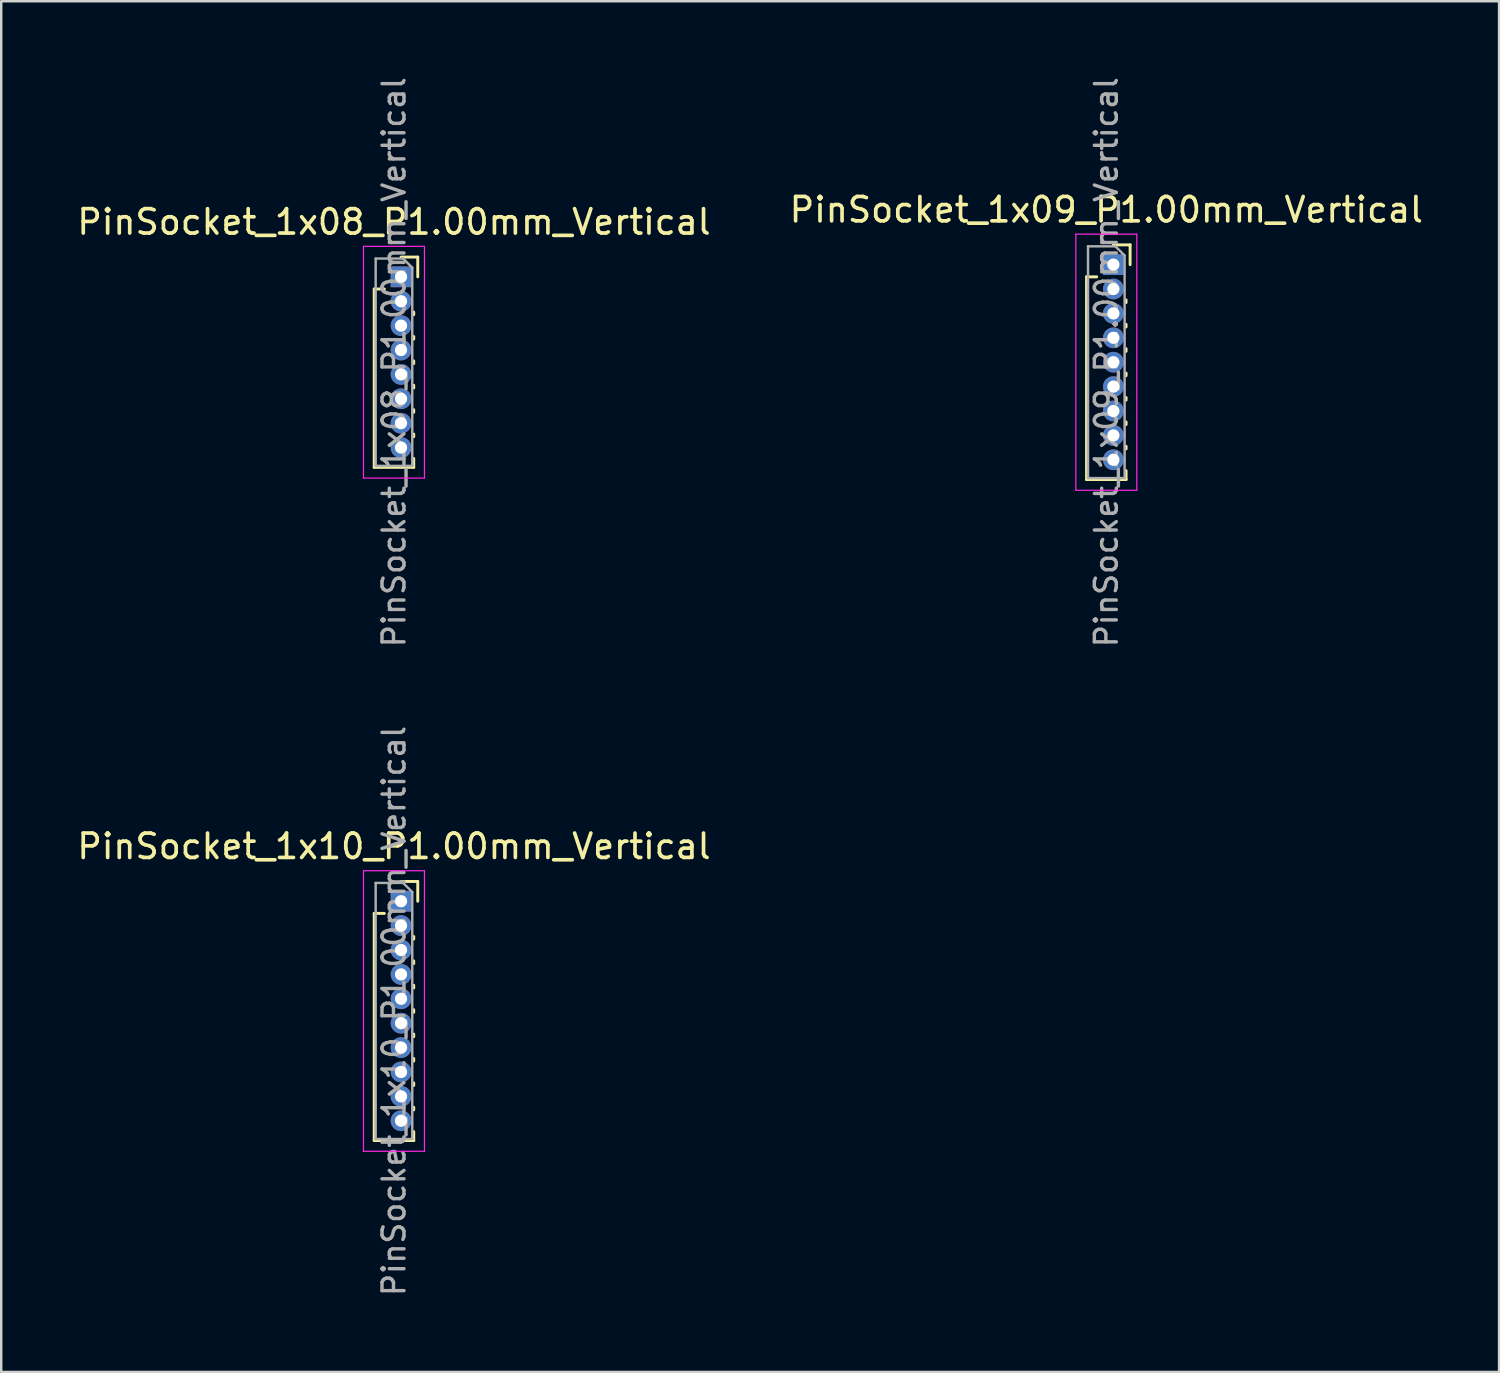
<source format=kicad_pcb>
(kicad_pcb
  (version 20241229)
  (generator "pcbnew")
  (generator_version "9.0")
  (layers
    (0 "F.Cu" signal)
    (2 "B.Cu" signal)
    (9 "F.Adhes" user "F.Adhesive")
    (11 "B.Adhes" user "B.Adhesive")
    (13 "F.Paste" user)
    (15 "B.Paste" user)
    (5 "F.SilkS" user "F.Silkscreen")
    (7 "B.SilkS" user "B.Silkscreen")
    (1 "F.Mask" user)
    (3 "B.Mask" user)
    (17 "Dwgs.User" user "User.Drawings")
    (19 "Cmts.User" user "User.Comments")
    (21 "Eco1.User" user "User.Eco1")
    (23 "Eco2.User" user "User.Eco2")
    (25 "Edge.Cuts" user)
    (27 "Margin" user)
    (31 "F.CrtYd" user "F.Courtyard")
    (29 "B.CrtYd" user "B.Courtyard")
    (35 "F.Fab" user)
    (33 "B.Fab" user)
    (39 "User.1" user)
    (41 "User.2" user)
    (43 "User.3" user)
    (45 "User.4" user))
  (footprint "PinSocket_1x09_P1.00mm_Vertical"
    (layer "F.Cu")
    (at 42.594 7.799)
    (property "Reference" "PinSocket_1x09_P1.00mm_Vertical" (at -0.29 -2.25 0) (layer "F.SilkS") (effects (font (size 1 1) (thickness 0.15))))
    (attr through_hole)
    (fp_line (start -1.1 0.5) (end -1.1 8.81) (stroke (width 0.12) (type solid)) (layer "F.SilkS"))
    (fp_line (start -1.1 0.5) (end -0.685 0.5) (stroke (width 0.12) (type solid)) (layer "F.SilkS"))
    (fp_line (start -1.1 8.81) (end 0.52 8.81) (stroke (width 0.12) (type solid)) (layer "F.SilkS"))
    (fp_line (start 0 -0.81) (end 0.685 -0.81) (stroke (width 0.12) (type solid)) (layer "F.SilkS"))
    (fp_line (start 0.52 1.446) (end 0.52 1.554) (stroke (width 0.12) (type solid)) (layer "F.SilkS"))
    (fp_line (start 0.52 2.446) (end 0.52 2.554) (stroke (width 0.12) (type solid)) (layer "F.SilkS"))
    (fp_line (start 0.52 3.446) (end 0.52 3.554) (stroke (width 0.12) (type solid)) (layer "F.SilkS"))
    (fp_line (start 0.52 4.446) (end 0.52 4.554) (stroke (width 0.12) (type solid)) (layer "F.SilkS"))
    (fp_line (start 0.52 5.446) (end 0.52 5.554) (stroke (width 0.12) (type solid)) (layer "F.SilkS"))
    (fp_line (start 0.52 6.446) (end 0.52 6.554) (stroke (width 0.12) (type solid)) (layer "F.SilkS"))
    (fp_line (start 0.52 7.446) (end 0.52 7.554) (stroke (width 0.12) (type solid)) (layer "F.SilkS"))
    (fp_line (start 0.52 8.446) (end 0.52 8.81) (stroke (width 0.12) (type solid)) (layer "F.SilkS"))
    (fp_line (start 0.685 -0.81) (end 0.685 0) (stroke (width 0.12) (type solid)) (layer "F.SilkS"))
    (fp_line (start -1.54 -1.25) (end 0.96 -1.25) (stroke (width 0.05) (type solid)) (layer "F.CrtYd"))
    (fp_line (start -1.54 9.25) (end -1.54 -1.25) (stroke (width 0.05) (type solid)) (layer "F.CrtYd"))
    (fp_line (start 0.96 -1.25) (end 0.96 9.25) (stroke (width 0.05) (type solid)) (layer "F.CrtYd"))
    (fp_line (start 0.96 9.25) (end -1.54 9.25) (stroke (width 0.05) (type solid)) (layer "F.CrtYd"))
    (fp_line (start -1.04 -0.75) (end 0.085 -0.75) (stroke (width 0.1) (type solid)) (layer "F.Fab"))
    (fp_line (start -1.04 8.75) (end -1.04 -0.75) (stroke (width 0.1) (type solid)) (layer "F.Fab"))
    (fp_line (start 0.085 -0.75) (end 0.46 -0.375) (stroke (width 0.1) (type solid)) (layer "F.Fab"))
    (fp_line (start 0.46 -0.375) (end 0.46 8.75) (stroke (width 0.1) (type solid)) (layer "F.Fab"))
    (fp_line (start 0.46 8.75) (end -1.04 8.75) (stroke (width 0.1) (type solid)) (layer "F.Fab"))
    (fp_text user "${REFERENCE}" (at -0.29 4 90) (layer "F.Fab") (effects (font (size 0.9 0.9) (thickness 0.14))))
    (pad "1" thru_hole rect (at 0 0) (size 0.85 0.85) (drill 0.5) (layers "*.Cu" "*.Mask"))
    (pad "2" thru_hole circle (at 0 1) (size 0.85 0.85) (drill 0.5) (layers "*.Cu" "*.Mask"))
    (pad "3" thru_hole circle (at 0 2) (size 0.85 0.85) (drill 0.5) (layers "*.Cu" "*.Mask"))
    (pad "4" thru_hole circle (at 0 3) (size 0.85 0.85) (drill 0.5) (layers "*.Cu" "*.Mask"))
    (pad "5" thru_hole circle (at 0 4) (size 0.85 0.85) (drill 0.5) (layers "*.Cu" "*.Mask"))
    (pad "6" thru_hole circle (at 0 5) (size 0.85 0.85) (drill 0.5) (layers "*.Cu" "*.Mask"))
    (pad "7" thru_hole circle (at 0 6) (size 0.85 0.85) (drill 0.5) (layers "*.Cu" "*.Mask"))
    (pad "8" thru_hole circle (at 0 7) (size 0.85 0.85) (drill 0.5) (layers "*.Cu" "*.Mask"))
    (pad "9" thru_hole circle (at 0 8) (size 0.85 0.85) (drill 0.5) (layers "*.Cu" "*.Mask")))
  (footprint "PinSocket_1x08_P1.00mm_Vertical"
    (layer "F.Cu")
    (at 13.391 8.299)
    (property "Reference" "PinSocket_1x08_P1.00mm_Vertical" (at -0.29 -2.25 0) (layer "F.SilkS") (effects (font (size 1 1) (thickness 0.15))))
    (attr through_hole)
    (fp_line (start -1.1 0.5) (end -1.1 7.81) (stroke (width 0.12) (type solid)) (layer "F.SilkS"))
    (fp_line (start -1.1 0.5) (end -0.685 0.5) (stroke (width 0.12) (type solid)) (layer "F.SilkS"))
    (fp_line (start -1.1 7.81) (end 0.52 7.81) (stroke (width 0.12) (type solid)) (layer "F.SilkS"))
    (fp_line (start 0 -0.81) (end 0.685 -0.81) (stroke (width 0.12) (type solid)) (layer "F.SilkS"))
    (fp_line (start 0.52 1.446) (end 0.52 1.554) (stroke (width 0.12) (type solid)) (layer "F.SilkS"))
    (fp_line (start 0.52 2.446) (end 0.52 2.554) (stroke (width 0.12) (type solid)) (layer "F.SilkS"))
    (fp_line (start 0.52 3.446) (end 0.52 3.554) (stroke (width 0.12) (type solid)) (layer "F.SilkS"))
    (fp_line (start 0.52 4.446) (end 0.52 4.554) (stroke (width 0.12) (type solid)) (layer "F.SilkS"))
    (fp_line (start 0.52 5.446) (end 0.52 5.554) (stroke (width 0.12) (type solid)) (layer "F.SilkS"))
    (fp_line (start 0.52 6.446) (end 0.52 6.554) (stroke (width 0.12) (type solid)) (layer "F.SilkS"))
    (fp_line (start 0.52 7.446) (end 0.52 7.81) (stroke (width 0.12) (type solid)) (layer "F.SilkS"))
    (fp_line (start 0.685 -0.81) (end 0.685 0) (stroke (width 0.12) (type solid)) (layer "F.SilkS"))
    (fp_line (start -1.54 -1.25) (end 0.96 -1.25) (stroke (width 0.05) (type solid)) (layer "F.CrtYd"))
    (fp_line (start -1.54 8.25) (end -1.54 -1.25) (stroke (width 0.05) (type solid)) (layer "F.CrtYd"))
    (fp_line (start 0.96 -1.25) (end 0.96 8.25) (stroke (width 0.05) (type solid)) (layer "F.CrtYd"))
    (fp_line (start 0.96 8.25) (end -1.54 8.25) (stroke (width 0.05) (type solid)) (layer "F.CrtYd"))
    (fp_line (start -1.04 -0.75) (end 0.085 -0.75) (stroke (width 0.1) (type solid)) (layer "F.Fab"))
    (fp_line (start -1.04 7.75) (end -1.04 -0.75) (stroke (width 0.1) (type solid)) (layer "F.Fab"))
    (fp_line (start 0.085 -0.75) (end 0.46 -0.375) (stroke (width 0.1) (type solid)) (layer "F.Fab"))
    (fp_line (start 0.46 -0.375) (end 0.46 7.75) (stroke (width 0.1) (type solid)) (layer "F.Fab"))
    (fp_line (start 0.46 7.75) (end -1.04 7.75) (stroke (width 0.1) (type solid)) (layer "F.Fab"))
    (fp_text user "${REFERENCE}" (at -0.29 3.5 90) (layer "F.Fab") (effects (font (size 0.9 0.9) (thickness 0.14))))
    (pad "1" thru_hole rect (at 0 0) (size 0.85 0.85) (drill 0.5) (layers "*.Cu" "*.Mask"))
    (pad "2" thru_hole circle (at 0 1) (size 0.85 0.85) (drill 0.5) (layers "*.Cu" "*.Mask"))
    (pad "3" thru_hole circle (at 0 2) (size 0.85 0.85) (drill 0.5) (layers "*.Cu" "*.Mask"))
    (pad "4" thru_hole circle (at 0 3) (size 0.85 0.85) (drill 0.5) (layers "*.Cu" "*.Mask"))
    (pad "5" thru_hole circle (at 0 4) (size 0.85 0.85) (drill 0.5) (layers "*.Cu" "*.Mask"))
    (pad "6" thru_hole circle (at 0 5) (size 0.85 0.85) (drill 0.5) (layers "*.Cu" "*.Mask"))
    (pad "7" thru_hole circle (at 0 6) (size 0.85 0.85) (drill 0.5) (layers "*.Cu" "*.Mask"))
    (pad "8" thru_hole circle (at 0 7) (size 0.85 0.85) (drill 0.5) (layers "*.Cu" "*.Mask")))
  (footprint "PinSocket_1x10_P1.00mm_Vertical"
    (layer "F.Cu")
    (at 13.391 33.896)
    (property "Reference" "PinSocket_1x10_P1.00mm_Vertical" (at -0.29 -2.25 0) (layer "F.SilkS") (effects (font (size 1 1) (thickness 0.15))))
    (attr through_hole)
    (fp_line (start -1.1 0.5) (end -1.1 9.81) (stroke (width 0.12) (type solid)) (layer "F.SilkS"))
    (fp_line (start -1.1 0.5) (end -0.685 0.5) (stroke (width 0.12) (type solid)) (layer "F.SilkS"))
    (fp_line (start -1.1 9.81) (end 0.52 9.81) (stroke (width 0.12) (type solid)) (layer "F.SilkS"))
    (fp_line (start 0 -0.81) (end 0.685 -0.81) (stroke (width 0.12) (type solid)) (layer "F.SilkS"))
    (fp_line (start 0.52 1.446) (end 0.52 1.554) (stroke (width 0.12) (type solid)) (layer "F.SilkS"))
    (fp_line (start 0.52 2.446) (end 0.52 2.554) (stroke (width 0.12) (type solid)) (layer "F.SilkS"))
    (fp_line (start 0.52 3.446) (end 0.52 3.554) (stroke (width 0.12) (type solid)) (layer "F.SilkS"))
    (fp_line (start 0.52 4.446) (end 0.52 4.554) (stroke (width 0.12) (type solid)) (layer "F.SilkS"))
    (fp_line (start 0.52 5.446) (end 0.52 5.554) (stroke (width 0.12) (type solid)) (layer "F.SilkS"))
    (fp_line (start 0.52 6.446) (end 0.52 6.554) (stroke (width 0.12) (type solid)) (layer "F.SilkS"))
    (fp_line (start 0.52 7.446) (end 0.52 7.554) (stroke (width 0.12) (type solid)) (layer "F.SilkS"))
    (fp_line (start 0.52 8.446) (end 0.52 8.554) (stroke (width 0.12) (type solid)) (layer "F.SilkS"))
    (fp_line (start 0.52 9.446) (end 0.52 9.81) (stroke (width 0.12) (type solid)) (layer "F.SilkS"))
    (fp_line (start 0.685 -0.81) (end 0.685 0) (stroke (width 0.12) (type solid)) (layer "F.SilkS"))
    (fp_line (start -1.54 -1.25) (end 0.96 -1.25) (stroke (width 0.05) (type solid)) (layer "F.CrtYd"))
    (fp_line (start -1.54 10.25) (end -1.54 -1.25) (stroke (width 0.05) (type solid)) (layer "F.CrtYd"))
    (fp_line (start 0.96 -1.25) (end 0.96 10.25) (stroke (width 0.05) (type solid)) (layer "F.CrtYd"))
    (fp_line (start 0.96 10.25) (end -1.54 10.25) (stroke (width 0.05) (type solid)) (layer "F.CrtYd"))
    (fp_line (start -1.04 -0.75) (end 0.085 -0.75) (stroke (width 0.1) (type solid)) (layer "F.Fab"))
    (fp_line (start -1.04 9.75) (end -1.04 -0.75) (stroke (width 0.1) (type solid)) (layer "F.Fab"))
    (fp_line (start 0.085 -0.75) (end 0.46 -0.375) (stroke (width 0.1) (type solid)) (layer "F.Fab"))
    (fp_line (start 0.46 -0.375) (end 0.46 9.75) (stroke (width 0.1) (type solid)) (layer "F.Fab"))
    (fp_line (start 0.46 9.75) (end -1.04 9.75) (stroke (width 0.1) (type solid)) (layer "F.Fab"))
    (fp_text user "${REFERENCE}" (at -0.29 4.5 90) (layer "F.Fab") (effects (font (size 0.9 0.9) (thickness 0.14))))
    (pad "1" thru_hole rect (at 0 0) (size 0.85 0.85) (drill 0.5) (layers "*.Cu" "*.Mask"))
    (pad "2" thru_hole circle (at 0 1) (size 0.85 0.85) (drill 0.5) (layers "*.Cu" "*.Mask"))
    (pad "3" thru_hole circle (at 0 2) (size 0.85 0.85) (drill 0.5) (layers "*.Cu" "*.Mask"))
    (pad "4" thru_hole circle (at 0 3) (size 0.85 0.85) (drill 0.5) (layers "*.Cu" "*.Mask"))
    (pad "5" thru_hole circle (at 0 4) (size 0.85 0.85) (drill 0.5) (layers "*.Cu" "*.Mask"))
    (pad "6" thru_hole circle (at 0 5) (size 0.85 0.85) (drill 0.5) (layers "*.Cu" "*.Mask"))
    (pad "7" thru_hole circle (at 0 6) (size 0.85 0.85) (drill 0.5) (layers "*.Cu" "*.Mask"))
    (pad "8" thru_hole circle (at 0 7) (size 0.85 0.85) (drill 0.5) (layers "*.Cu" "*.Mask"))
    (pad "9" thru_hole circle (at 0 8) (size 0.85 0.85) (drill 0.5) (layers "*.Cu" "*.Mask"))
    (pad "10" thru_hole circle (at 0 9) (size 0.85 0.85) (drill 0.5) (layers "*.Cu" "*.Mask")))
  (gr_rect
    (start -3 -3)
    (end 58.405 53.194)
    (stroke (width 0.1) (type default))
    (fill no)
    (layer "Edge.Cuts")))
</source>
